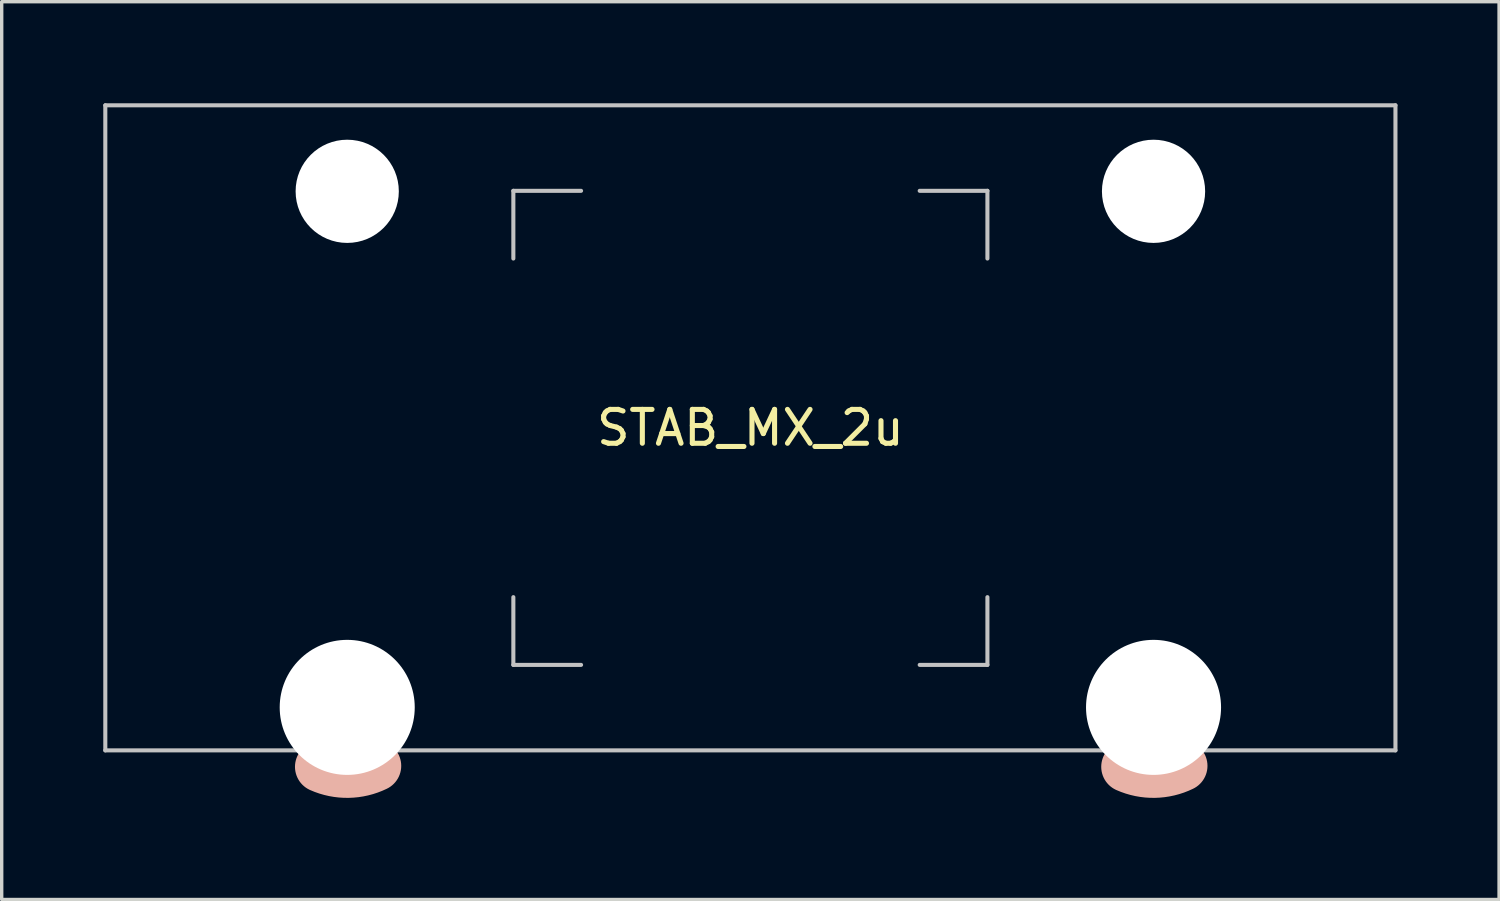
<source format=kicad_pcb>
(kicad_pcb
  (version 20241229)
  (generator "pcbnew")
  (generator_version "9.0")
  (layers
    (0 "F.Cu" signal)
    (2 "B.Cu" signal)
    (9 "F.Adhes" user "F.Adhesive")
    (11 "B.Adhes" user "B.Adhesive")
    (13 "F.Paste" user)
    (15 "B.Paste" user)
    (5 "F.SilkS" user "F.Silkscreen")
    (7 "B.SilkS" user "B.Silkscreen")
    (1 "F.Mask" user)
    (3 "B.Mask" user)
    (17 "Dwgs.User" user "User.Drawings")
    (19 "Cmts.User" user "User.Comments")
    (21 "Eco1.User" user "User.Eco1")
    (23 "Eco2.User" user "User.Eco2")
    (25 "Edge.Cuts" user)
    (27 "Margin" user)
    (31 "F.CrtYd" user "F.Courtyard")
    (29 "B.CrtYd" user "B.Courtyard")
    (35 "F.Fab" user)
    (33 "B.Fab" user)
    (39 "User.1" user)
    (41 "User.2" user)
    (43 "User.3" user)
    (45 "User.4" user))
  (footprint "STAB_MX_2u"
    (layer "F.Cu")
    (at 19.11 9.585)
    (property "Reference" "STAB_MX_2u" (at 0 0 0) (layer "F.SilkS") (effects (font (size 1 1) (thickness 0.15))))
    (attr through_hole exclude_from_pos_files)
    (fp_circle (center -11.906 -6.985) (end -10.406 -6.985) (stroke (width 1) (type solid)) (fill no) (layer "B.Mask"))
    (fp_circle (center 11.906 -6.985) (end 13.406 -6.985) (stroke (width 1) (type solid)) (fill no) (layer "B.Mask"))
    (fp_arc (start -11.061161 9.982042) (mid -11.876911 10.177561) (end -12.698861 10.01001) (stroke (width 1.5) (type default)) (layer "B.SilkS"))
    (fp_arc (start 12.748839 9.982042) (mid 11.933089 10.177561) (end 11.111139 10.01001) (stroke (width 1.5) (type default)) (layer "B.SilkS"))
    (fp_line (start -19.05 -9.525) (end -19.05 9.525) (stroke (width 0.12) (type solid)) (layer "Dwgs.User"))
    (fp_line (start -19.05 -9.525) (end 19.05 -9.525) (stroke (width 0.12) (type solid)) (layer "Dwgs.User"))
    (fp_line (start -19.05 9.525) (end 19.05 9.525) (stroke (width 0.12) (type solid)) (layer "Dwgs.User"))
    (fp_line (start -7 -7) (end -5 -7) (stroke (width 0.12) (type solid)) (layer "Dwgs.User"))
    (fp_line (start -7 -5) (end -7 -7) (stroke (width 0.12) (type solid)) (layer "Dwgs.User"))
    (fp_line (start -7 7) (end -7 5) (stroke (width 0.12) (type solid)) (layer "Dwgs.User"))
    (fp_line (start -5 7) (end -7 7) (stroke (width 0.12) (type solid)) (layer "Dwgs.User"))
    (fp_line (start 5 -7) (end 7 -7) (stroke (width 0.12) (type solid)) (layer "Dwgs.User"))
    (fp_line (start 5 7) (end 7 7) (stroke (width 0.12) (type solid)) (layer "Dwgs.User"))
    (fp_line (start 7 -7) (end 7 -5) (stroke (width 0.12) (type solid)) (layer "Dwgs.User"))
    (fp_line (start 7 7) (end 7 5) (stroke (width 0.12) (type solid)) (layer "Dwgs.User"))
    (fp_line (start 19.05 -9.525) (end 19.05 9.525) (stroke (width 0.12) (type solid)) (layer "Dwgs.User"))
    (fp_line (start -15.281 -5.5) (end -15.281 7.5) (stroke (width 0.05) (type solid)) (layer "Eco2.User"))
    (fp_line (start -14.781 -6) (end -9.031 -6) (stroke (width 0.05) (type solid)) (layer "Eco2.User"))
    (fp_line (start -14.781 8) (end -9.031 8) (stroke (width 0.05) (type solid)) (layer "Eco2.User"))
    (fp_line (start -8.531 -5.5) (end -8.531 7.5) (stroke (width 0.05) (type solid)) (layer "Eco2.User"))
    (fp_line (start 8.531 -5.5) (end 8.531 7.5) (stroke (width 0.05) (type solid)) (layer "Eco2.User"))
    (fp_line (start 9.031 -6) (end 14.78 -6) (stroke (width 0.05) (type solid)) (layer "Eco2.User"))
    (fp_line (start 9.031 8) (end 14.781 8) (stroke (width 0.05) (type solid)) (layer "Eco2.User"))
    (fp_line (start 15.28 -5.5) (end 15.281 7.5) (stroke (width 0.05) (type solid)) (layer "Eco2.User"))
    (fp_arc (start -15.28125 -5.499999) (mid -15.134803 -5.853552) (end -14.78125 -5.999999) (stroke (width 0.05) (type solid)) (layer "Eco2.User"))
    (fp_arc (start -14.78125 8.000001) (mid -15.134803 7.853554) (end -15.28125 7.500001) (stroke (width 0.05) (type solid)) (layer "Eco2.User"))
    (fp_arc (start -9.03125 -5.999999) (mid -8.677697 -5.853552) (end -8.53125 -5.499999) (stroke (width 0.05) (type solid)) (layer "Eco2.User"))
    (fp_arc (start -8.53125 7.500001) (mid -8.677697 7.853554) (end -9.03125 8.000001) (stroke (width 0.05) (type solid)) (layer "Eco2.User"))
    (fp_arc (start 8.53125 -5.499999) (mid 8.677693 -5.853571) (end 9.03125 -5.999999) (stroke (width 0.05) (type solid)) (layer "Eco2.User"))
    (fp_arc (start 9.03125 8.000001) (mid 8.677729 7.853537) (end 8.53125 7.500001) (stroke (width 0.05) (type solid)) (layer "Eco2.User"))
    (fp_arc (start 14.780039 -5.999999) (mid 15.133567 -5.853539) (end 15.280039 -5.499999) (stroke (width 0.05) (type solid)) (layer "Eco2.User"))
    (fp_arc (start 15.28125 7.500001) (mid 15.134806 7.853571) (end 14.78125 8.000001) (stroke (width 0.05) (type solid)) (layer "Eco2.User"))
    (pad "" np_thru_hole circle (at -11.906 -6.985) (size 3.048 3.048) (drill 3.048) (layers "*.Cu" "*.Mask"))
    (pad "" np_thru_hole circle (at -11.906 8.255) (size 3.988 3.988) (drill 3.988) (layers "*.Cu" "*.Mask"))
    (pad "" np_thru_hole circle (at 11.906 -6.985) (size 3.048 3.048) (drill 3.048) (layers "*.Cu" "*.Mask"))
    (pad "" np_thru_hole circle (at 11.906 8.255) (size 3.988 3.988) (drill 3.988) (layers "*.Cu" "*.Mask"))
    (zone (net_name "") (layer "B.Cu") (hatch edge 0.5) (connect_pads) (min_thickness 0.25) (filled_areas_thickness no) (keepout (tracks allowed) (vias allowed) (pads allowed) (copperpour not_allowed) (footprints allowed)) (placement (enabled no)) (fill) (polygon (pts (xy 8.704 2.6) (xy 8.683 2.353) (xy 8.622 2.113) (xy 8.523 1.886) (xy 8.387 1.679) (xy 8.22 1.496) (xy 8.024 1.344) (xy 7.806 1.226) (xy 7.572 1.146) (xy 7.328 1.105) (xy 7.08 1.105) (xy 6.836 1.146) (xy 6.601 1.226) (xy 6.383 1.344) (xy 6.188 1.496) (xy 6.02 1.679) (xy 5.885 1.886) (xy 5.785 2.113) (xy 5.724 2.353) (xy 5.704 2.6) (xy 5.724 2.847) (xy 5.785 3.087) (xy 5.885 3.314) (xy 6.02 3.521) (xy 6.188 3.704) (xy 6.383 3.856) (xy 6.601 3.974) (xy 6.836 4.054) (xy 7.08 4.095) (xy 7.328 4.095) (xy 7.572 4.054) (xy 7.806 3.974) (xy 8.024 3.856) (xy 8.22 3.704) (xy 8.387 3.521) (xy 8.523 3.314) (xy 8.622 3.087) (xy 8.683 2.847))))
    (zone (net_name "") (layer "B.Cu") (hatch edge 0.5) (connect_pads) (min_thickness 0.25) (filled_areas_thickness no) (keepout (tracks allowed) (vias allowed) (pads allowed) (copperpour not_allowed) (footprints allowed)) (placement (enabled no)) (fill) (polygon (pts (xy 32.516 2.6) (xy 32.496 2.353) (xy 32.435 2.113) (xy 32.335 1.886) (xy 32.2 1.679) (xy 32.032 1.496) (xy 31.837 1.344) (xy 31.619 1.226) (xy 31.384 1.146) (xy 31.14 1.105) (xy 30.892 1.105) (xy 30.648 1.146) (xy 30.414 1.226) (xy 30.196 1.344) (xy 30 1.496) (xy 29.833 1.679) (xy 29.697 1.886) (xy 29.598 2.113) (xy 29.537 2.353) (xy 29.516 2.6) (xy 29.537 2.847) (xy 29.598 3.087) (xy 29.697 3.314) (xy 29.833 3.521) (xy 30 3.704) (xy 30.196 3.856) (xy 30.414 3.974) (xy 30.648 4.054) (xy 30.892 4.095) (xy 31.14 4.095) (xy 31.384 4.054) (xy 31.619 3.974) (xy 31.837 3.856) (xy 32.032 3.704) (xy 32.2 3.521) (xy 32.335 3.314) (xy 32.435 3.087) (xy 32.496 2.847))))
    (zone (net_name "") (layer "B.Cu") (hatch edge 0.5) (connect_pads) (min_thickness 0.25) (filled_areas_thickness no) (keepout (tracks allowed) (vias allowed) (pads allowed) (copperpour not_allowed) (footprints allowed)) (placement (enabled no)) (fill) (polygon (pts (xy 7.488 0.62) (xy 7.767 0.681) (xy 8.035 0.781) (xy 8.285 0.917) (xy 8.513 1.089) (xy 8.715 1.29) (xy 8.886 1.519) (xy 9.023 1.769) (xy 9.123 2.037) (xy 9.183 2.315) (xy 9.204 2.6) (xy 9.183 2.885) (xy 9.123 3.163) (xy 9.023 3.431) (xy 8.886 3.681) (xy 8.715 3.91) (xy 8.513 4.111) (xy 8.285 4.283) (xy 8.035 4.419) (xy 7.767 4.519) (xy 7.488 4.58) (xy 7.204 4.6) (xy 6.919 4.58) (xy 6.64 4.519) (xy 6.373 4.419) (xy 6.122 4.283) (xy 5.894 4.111) (xy 5.692 3.91) (xy 5.521 3.681) (xy 5.384 3.431) (xy 5.285 3.163) (xy 5.224 2.885) (xy 5.204 2.6) (xy 5.224 2.315) (xy 5.285 2.037) (xy 5.384 1.769) (xy 5.521 1.519) (xy 5.692 1.29) (xy 5.894 1.089) (xy 6.122 0.917) (xy 6.373 0.781) (xy 6.64 0.681) (xy 6.919 0.62) (xy 7.204 0.6))))
    (zone (net_name "") (layer "B.Cu") (hatch edge 0.5) (connect_pads) (min_thickness 0.25) (filled_areas_thickness no) (keepout (tracks allowed) (vias allowed) (pads allowed) (copperpour not_allowed) (footprints allowed)) (placement (enabled no)) (fill) (polygon (pts (xy 31.301 0.62) (xy 31.58 0.681) (xy 31.847 0.781) (xy 32.098 0.917) (xy 32.326 1.089) (xy 32.528 1.29) (xy 32.699 1.519) (xy 32.836 1.769) (xy 32.935 2.037) (xy 32.996 2.315) (xy 33.016 2.6) (xy 32.996 2.885) (xy 32.935 3.163) (xy 32.836 3.431) (xy 32.699 3.681) (xy 32.528 3.91) (xy 32.326 4.111) (xy 32.098 4.283) (xy 31.847 4.419) (xy 31.58 4.519) (xy 31.301 4.58) (xy 31.016 4.6) (xy 30.732 4.58) (xy 30.453 4.519) (xy 30.185 4.419) (xy 29.935 4.283) (xy 29.707 4.111) (xy 29.505 3.91) (xy 29.334 3.681) (xy 29.197 3.431) (xy 29.097 3.163) (xy 29.037 2.885) (xy 29.016 2.6) (xy 29.037 2.315) (xy 29.097 2.037) (xy 29.197 1.769) (xy 29.334 1.519) (xy 29.505 1.29) (xy 29.707 1.089) (xy 29.935 0.917) (xy 30.185 0.781) (xy 30.453 0.681) (xy 30.732 0.62) (xy 31.016 0.6)))))
  (gr_rect
    (start -3 -3)
    (end 41.22 23.513)
    (stroke (width 0.1) (type default))
    (fill no)
    (layer "Edge.Cuts")))
</source>
